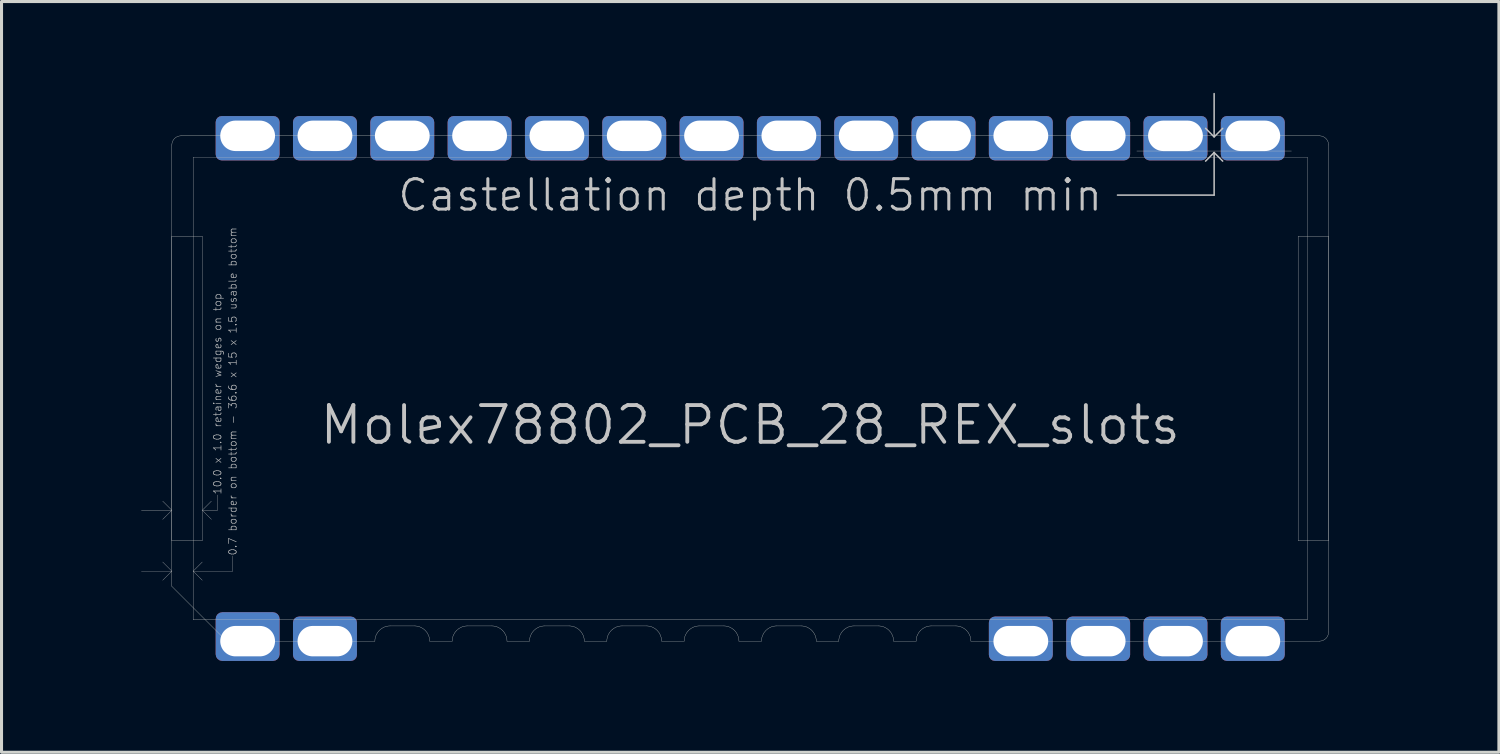
<source format=kicad_pcb>
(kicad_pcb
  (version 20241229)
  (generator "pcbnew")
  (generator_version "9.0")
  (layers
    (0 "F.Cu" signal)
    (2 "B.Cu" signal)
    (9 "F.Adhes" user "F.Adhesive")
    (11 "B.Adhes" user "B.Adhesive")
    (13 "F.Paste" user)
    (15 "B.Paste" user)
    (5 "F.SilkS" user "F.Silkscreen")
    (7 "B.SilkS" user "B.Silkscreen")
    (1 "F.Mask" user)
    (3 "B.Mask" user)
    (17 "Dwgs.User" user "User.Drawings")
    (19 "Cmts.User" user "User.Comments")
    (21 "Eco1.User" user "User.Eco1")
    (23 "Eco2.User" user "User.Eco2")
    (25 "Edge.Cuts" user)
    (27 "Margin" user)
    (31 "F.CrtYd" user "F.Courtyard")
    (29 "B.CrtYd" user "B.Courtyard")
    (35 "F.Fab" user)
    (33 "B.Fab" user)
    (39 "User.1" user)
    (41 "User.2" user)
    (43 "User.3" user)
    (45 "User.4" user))
  (footprint "Molex78802_PCB_28_REX_slots"
    (layer "F.Cu")
    (at 21.595 9.712)
    (property "Reference" "Molex78802_PCB_28_REX_slots" (at 0 1.905 0) (layer "Dwgs.User") (effects (font (size 1.206 1.206) (thickness 0.127)) (justify bottom)))
    (attr exclude_from_pos_files exclude_from_bom)
    (fp_line (start -16.91 -8.3) (end -16.11 -8.3) (stroke (width 1.2) (type solid)) (layer "F.Mask"))
    (fp_line (start -16.91 8.3) (end -16.11 8.3) (stroke (width 1.2) (type solid)) (layer "F.Mask"))
    (fp_line (start -14.37 -8.3) (end -13.57 -8.3) (stroke (width 1.2) (type solid)) (layer "F.Mask"))
    (fp_line (start -14.37 8.3) (end -13.57 8.3) (stroke (width 1.2) (type solid)) (layer "F.Mask"))
    (fp_line (start -11.83 -8.3) (end -11.03 -8.3) (stroke (width 1.2) (type solid)) (layer "F.Mask"))
    (fp_line (start -9.29 -8.3) (end -8.49 -8.3) (stroke (width 1.2) (type solid)) (layer "F.Mask"))
    (fp_line (start -6.75 -8.3) (end -5.95 -8.3) (stroke (width 1.2) (type solid)) (layer "F.Mask"))
    (fp_line (start -4.21 -8.3) (end -3.41 -8.3) (stroke (width 1.2) (type solid)) (layer "F.Mask"))
    (fp_line (start -1.67 -8.3) (end -0.87 -8.3) (stroke (width 1.2) (type solid)) (layer "F.Mask"))
    (fp_line (start 0.87 -8.3) (end 1.67 -8.3) (stroke (width 1.2) (type solid)) (layer "F.Mask"))
    (fp_line (start 3.41 -8.3) (end 4.21 -8.3) (stroke (width 1.2) (type solid)) (layer "F.Mask"))
    (fp_line (start 5.95 -8.3) (end 6.75 -8.3) (stroke (width 1.2) (type solid)) (layer "F.Mask"))
    (fp_line (start 8.49 -8.3) (end 9.29 -8.3) (stroke (width 1.2) (type solid)) (layer "F.Mask"))
    (fp_line (start 8.49 8.3) (end 9.29 8.3) (stroke (width 1.2) (type solid)) (layer "F.Mask"))
    (fp_line (start 11.03 -8.3) (end 11.83 -8.3) (stroke (width 1.2) (type solid)) (layer "F.Mask"))
    (fp_line (start 11.03 8.3) (end 11.83 8.3) (stroke (width 1.2) (type solid)) (layer "F.Mask"))
    (fp_line (start 13.57 -8.3) (end 14.37 -8.3) (stroke (width 1.2) (type solid)) (layer "F.Mask"))
    (fp_line (start 13.57 8.3) (end 14.37 8.3) (stroke (width 1.2) (type solid)) (layer "F.Mask"))
    (fp_line (start 16.11 -8.3) (end 16.91 -8.3) (stroke (width 1.2) (type solid)) (layer "F.Mask"))
    (fp_line (start 16.11 8.3) (end 16.91 8.3) (stroke (width 1.2) (type solid)) (layer "F.Mask"))
    (fp_line (start -16.91 -8.3) (end -16.11 -8.3) (stroke (width 1.2) (type solid)) (layer "B.Mask"))
    (fp_line (start -16.91 8.3) (end -16.11 8.3) (stroke (width 1.2) (type solid)) (layer "B.Mask"))
    (fp_line (start -14.37 -8.3) (end -13.57 -8.3) (stroke (width 1.2) (type solid)) (layer "B.Mask"))
    (fp_line (start -14.37 8.3) (end -13.57 8.3) (stroke (width 1.2) (type solid)) (layer "B.Mask"))
    (fp_line (start -11.83 -8.3) (end -11.03 -8.3) (stroke (width 1.2) (type solid)) (layer "B.Mask"))
    (fp_line (start -9.29 -8.3) (end -8.49 -8.3) (stroke (width 1.2) (type solid)) (layer "B.Mask"))
    (fp_line (start -6.75 -8.3) (end -5.95 -8.3) (stroke (width 1.2) (type solid)) (layer "B.Mask"))
    (fp_line (start -4.21 -8.3) (end -3.41 -8.3) (stroke (width 1.2) (type solid)) (layer "B.Mask"))
    (fp_line (start -1.67 -8.3) (end -0.87 -8.3) (stroke (width 1.2) (type solid)) (layer "B.Mask"))
    (fp_line (start 0.87 -8.3) (end 1.67 -8.3) (stroke (width 1.2) (type solid)) (layer "B.Mask"))
    (fp_line (start 3.41 -8.3) (end 4.21 -8.3) (stroke (width 1.2) (type solid)) (layer "B.Mask"))
    (fp_line (start 5.95 -8.3) (end 6.75 -8.3) (stroke (width 1.2) (type solid)) (layer "B.Mask"))
    (fp_line (start 8.49 -8.3) (end 9.29 -8.3) (stroke (width 1.2) (type solid)) (layer "B.Mask"))
    (fp_line (start 8.49 8.3) (end 9.29 8.3) (stroke (width 1.2) (type solid)) (layer "B.Mask"))
    (fp_line (start 11.03 -8.3) (end 11.83 -8.3) (stroke (width 1.2) (type solid)) (layer "B.Mask"))
    (fp_line (start 11.03 8.3) (end 11.83 8.3) (stroke (width 1.2) (type solid)) (layer "B.Mask"))
    (fp_line (start 13.57 -8.3) (end 14.37 -8.3) (stroke (width 1.2) (type solid)) (layer "B.Mask"))
    (fp_line (start 13.57 8.3) (end 14.37 8.3) (stroke (width 1.2) (type solid)) (layer "B.Mask"))
    (fp_line (start 16.11 -8.3) (end 16.91 -8.3) (stroke (width 1.2) (type solid)) (layer "B.Mask"))
    (fp_line (start 16.11 8.3) (end 16.91 8.3) (stroke (width 1.2) (type solid)) (layer "B.Mask"))
    (fp_line (start -19 -5) (end -19 5) (stroke (width 0.01) (type solid)) (layer "Dwgs.User"))
    (fp_line (start -19 4) (end -20 4) (stroke (width 0.01) (type solid)) (layer "Dwgs.User"))
    (fp_line (start -19 4) (end -19.3 3.7) (stroke (width 0.01) (type solid)) (layer "Dwgs.User"))
    (fp_line (start -19 4) (end -19.3 4.3) (stroke (width 0.01) (type solid)) (layer "Dwgs.User"))
    (fp_line (start -19 5) (end -18 5) (stroke (width 0.01) (type solid)) (layer "Dwgs.User"))
    (fp_line (start -19 6) (end -20 6) (stroke (width 0.01) (type solid)) (layer "Dwgs.User"))
    (fp_line (start -19 6) (end -19.3 5.7) (stroke (width 0.01) (type solid)) (layer "Dwgs.User"))
    (fp_line (start -19 6) (end -19.3 6.3) (stroke (width 0.01) (type solid)) (layer "Dwgs.User"))
    (fp_line (start -18.3 -7.6) (end 18.3 -7.6) (stroke (width 0.01) (type solid)) (layer "Dwgs.User"))
    (fp_line (start -18.3 6) (end -18 5.7) (stroke (width 0.01) (type solid)) (layer "Dwgs.User"))
    (fp_line (start -18.3 6) (end -18 6.3) (stroke (width 0.01) (type solid)) (layer "Dwgs.User"))
    (fp_line (start -18.3 6) (end -17 6) (stroke (width 0.01) (type solid)) (layer "Dwgs.User"))
    (fp_line (start -18.3 7.6) (end -18.3 -7.6) (stroke (width 0.01) (type solid)) (layer "Dwgs.User"))
    (fp_line (start -18.3 7.6) (end 18.3 7.6) (stroke (width 0.01) (type solid)) (layer "Dwgs.User"))
    (fp_line (start -18 -5) (end -19 -5) (stroke (width 0.01) (type solid)) (layer "Dwgs.User"))
    (fp_line (start -18 4) (end -17.7 3.7) (stroke (width 0.01) (type solid)) (layer "Dwgs.User"))
    (fp_line (start -18 4) (end -17.7 4.3) (stroke (width 0.01) (type solid)) (layer "Dwgs.User"))
    (fp_line (start -18 4) (end -17.5 4) (stroke (width 0.01) (type solid)) (layer "Dwgs.User"))
    (fp_line (start -18 5) (end -18 -5) (stroke (width 0.01) (type solid)) (layer "Dwgs.User"))
    (fp_line (start -17.5 4) (end -17.5 3.5) (stroke (width 0.01) (type solid)) (layer "Dwgs.User"))
    (fp_line (start -17 6) (end -17 5.5) (stroke (width 0.01) (type solid)) (layer "Dwgs.User"))
    (fp_line (start 12.065 -6.353) (end 15.24 -6.353) (stroke (width 0.05) (type solid)) (layer "Dwgs.User"))
    (fp_line (start 14.96 -8.545) (end 15.24 -8.265) (stroke (width 0.05) (type solid)) (layer "Dwgs.User"))
    (fp_line (start 14.96 -7.47) (end 15.24 -7.75) (stroke (width 0.05) (type solid)) (layer "Dwgs.User"))
    (fp_line (start 15.24 -8.29) (end 15.24 -9.687) (stroke (width 0.05) (type solid)) (layer "Dwgs.User"))
    (fp_line (start 15.24 -8.265) (end 15.52 -8.545) (stroke (width 0.05) (type solid)) (layer "Dwgs.User"))
    (fp_line (start 15.24 -7.75) (end 15.52 -7.47) (stroke (width 0.05) (type solid)) (layer "Dwgs.User"))
    (fp_line (start 15.24 -6.353) (end 15.24 -7.75) (stroke (width 0.05) (type solid)) (layer "Dwgs.User"))
    (fp_line (start 17.78 -7.8) (end 12.7 -7.8) (stroke (width 0.01) (type solid)) (layer "Dwgs.User"))
    (fp_line (start 18 5) (end 18 -5) (stroke (width 0.01) (type solid)) (layer "Dwgs.User"))
    (fp_line (start 18 5) (end 19 5) (stroke (width 0.01) (type solid)) (layer "Dwgs.User"))
    (fp_line (start 18.3 7.6) (end 18.3 -7.6) (stroke (width 0.01) (type solid)) (layer "Dwgs.User"))
    (fp_line (start 19 -5) (end 18 -5) (stroke (width 0.01) (type solid)) (layer "Dwgs.User"))
    (fp_line (start 19 5) (end 19 -5) (stroke (width 0.01) (type solid)) (layer "Dwgs.User"))
    (fp_line (start -21.59 -0.762) (end -19.05 -0.762) (stroke (width 0.01) (type solid)) (layer "Eco1.User"))
    (fp_line (start -21.59 0.762) (end -21.59 -0.762) (stroke (width 0.01) (type solid)) (layer "Eco1.User"))
    (fp_line (start -19.05 -0.762) (end -19.05 -8.26) (stroke (width 0.01) (type solid)) (layer "Eco1.User"))
    (fp_line (start -19.05 0.762) (end -21.59 0.762) (stroke (width 0.01) (type solid)) (layer "Eco1.User"))
    (fp_line (start -19.05 8.26) (end -19.05 0.762) (stroke (width 0.01) (type solid)) (layer "Eco1.User"))
    (fp_line (start 19.05 -8.26) (end -19.05 -8.26) (stroke (width 0.01) (type solid)) (layer "Eco1.User"))
    (fp_line (start 19.05 -4.559) (end 19.05 -8.26) (stroke (width 0.01) (type solid)) (layer "Eco1.User"))
    (fp_line (start 19.05 -4.559) (end 21.59 -4.559) (stroke (width 0.01) (type solid)) (layer "Eco1.User"))
    (fp_line (start 19.05 -3.035) (end 19.05 3.035) (stroke (width 0.01) (type solid)) (layer "Eco1.User"))
    (fp_line (start 19.05 4.559) (end 21.59 4.559) (stroke (width 0.01) (type solid)) (layer "Eco1.User"))
    (fp_line (start 19.05 8.26) (end -19.05 8.26) (stroke (width 0.01) (type solid)) (layer "Eco1.User"))
    (fp_line (start 19.05 8.26) (end 19.05 4.559) (stroke (width 0.01) (type solid)) (layer "Eco1.User"))
    (fp_line (start 21.59 -4.559) (end 21.59 -3.035) (stroke (width 0.01) (type solid)) (layer "Eco1.User"))
    (fp_line (start 21.59 -3.035) (end 19.05 -3.035) (stroke (width 0.01) (type solid)) (layer "Eco1.User"))
    (fp_line (start 21.59 3.035) (end 19.05 3.035) (stroke (width 0.01) (type solid)) (layer "Eco1.User"))
    (fp_line (start 21.59 4.559) (end 21.59 3.035) (stroke (width 0.01) (type solid)) (layer "Eco1.User"))
    (fp_line (start -19 -8) (end -19 6.5) (stroke (width 0.01) (type solid)) (layer "Edge.Cuts"))
    (fp_line (start -19 6.5) (end -17.2 8.3) (stroke (width 0.01) (type solid)) (layer "Edge.Cuts"))
    (fp_line (start -17.2 8.3) (end -12.33 8.3) (stroke (width 0.01) (type solid)) (layer "Edge.Cuts"))
    (fp_line (start -11.83 7.8) (end -11.03 7.8) (stroke (width 0.01) (type solid)) (layer "Edge.Cuts"))
    (fp_line (start -10.53 8.3) (end -9.79 8.3) (stroke (width 0.01) (type solid)) (layer "Edge.Cuts"))
    (fp_line (start -9.29 7.8) (end -8.49 7.8) (stroke (width 0.01) (type solid)) (layer "Edge.Cuts"))
    (fp_line (start -7.99 8.3) (end -7.25 8.3) (stroke (width 0.01) (type solid)) (layer "Edge.Cuts"))
    (fp_line (start -6.75 7.8) (end -5.95 7.8) (stroke (width 0.01) (type solid)) (layer "Edge.Cuts"))
    (fp_line (start -5.45 8.3) (end -4.71 8.3) (stroke (width 0.01) (type solid)) (layer "Edge.Cuts"))
    (fp_line (start -4.21 7.8) (end -3.41 7.8) (stroke (width 0.01) (type solid)) (layer "Edge.Cuts"))
    (fp_line (start -2.91 8.3) (end -2.17 8.3) (stroke (width 0.01) (type solid)) (layer "Edge.Cuts"))
    (fp_line (start -1.67 7.8) (end -0.87 7.8) (stroke (width 0.01) (type solid)) (layer "Edge.Cuts"))
    (fp_line (start -0.37 8.3) (end 0.37 8.3) (stroke (width 0.01) (type solid)) (layer "Edge.Cuts"))
    (fp_line (start 0.87 7.8) (end 1.67 7.8) (stroke (width 0.01) (type solid)) (layer "Edge.Cuts"))
    (fp_line (start 2.17 8.3) (end 2.91 8.3) (stroke (width 0.01) (type solid)) (layer "Edge.Cuts"))
    (fp_line (start 3.41 7.8) (end 4.21 7.8) (stroke (width 0.01) (type solid)) (layer "Edge.Cuts"))
    (fp_line (start 4.71 8.3) (end 5.45 8.3) (stroke (width 0.01) (type solid)) (layer "Edge.Cuts"))
    (fp_line (start 5.95 7.8) (end 6.75 7.8) (stroke (width 0.01) (type solid)) (layer "Edge.Cuts"))
    (fp_line (start 7.25 8.3) (end 18.7 8.3) (stroke (width 0.01) (type solid)) (layer "Edge.Cuts"))
    (fp_line (start 18.7 -8.3) (end -18.7 -8.3) (stroke (width 0.01) (type solid)) (layer "Edge.Cuts"))
    (fp_line (start 19 8) (end 19 -8) (stroke (width 0.01) (type solid)) (layer "Edge.Cuts"))
    (fp_arc (start -19 -8) (mid -18.912132 -8.212132) (end -18.7 -8.3) (stroke (width 0.01) (type solid)) (layer "Edge.Cuts"))
    (fp_arc (start -12.33 8.3) (mid -12.183553 7.946447) (end -11.83 7.8) (stroke (width 0.01) (type solid)) (layer "Edge.Cuts"))
    (fp_arc (start -11.03 7.8) (mid -10.676447 7.946447) (end -10.53 8.3) (stroke (width 0.01) (type solid)) (layer "Edge.Cuts"))
    (fp_arc (start -9.79 8.3) (mid -9.643553 7.946447) (end -9.29 7.8) (stroke (width 0.01) (type solid)) (layer "Edge.Cuts"))
    (fp_arc (start -8.49 7.8) (mid -8.136447 7.946447) (end -7.99 8.3) (stroke (width 0.01) (type solid)) (layer "Edge.Cuts"))
    (fp_arc (start -7.25 8.3) (mid -7.103553 7.946447) (end -6.75 7.8) (stroke (width 0.01) (type solid)) (layer "Edge.Cuts"))
    (fp_arc (start -5.95 7.8) (mid -5.596447 7.946447) (end -5.45 8.3) (stroke (width 0.01) (type solid)) (layer "Edge.Cuts"))
    (fp_arc (start -4.71 8.3) (mid -4.563553 7.946447) (end -4.21 7.8) (stroke (width 0.01) (type solid)) (layer "Edge.Cuts"))
    (fp_arc (start -3.41 7.8) (mid -3.056447 7.946447) (end -2.91 8.3) (stroke (width 0.01) (type solid)) (layer "Edge.Cuts"))
    (fp_arc (start -2.17 8.3) (mid -2.023553 7.946447) (end -1.67 7.8) (stroke (width 0.01) (type solid)) (layer "Edge.Cuts"))
    (fp_arc (start -0.87 7.8) (mid -0.516447 7.946447) (end -0.37 8.3) (stroke (width 0.01) (type solid)) (layer "Edge.Cuts"))
    (fp_arc (start 0.37 8.3) (mid 0.516447 7.946447) (end 0.87 7.8) (stroke (width 0.01) (type solid)) (layer "Edge.Cuts"))
    (fp_arc (start 1.67 7.8) (mid 2.023553 7.946447) (end 2.17 8.3) (stroke (width 0.01) (type solid)) (layer "Edge.Cuts"))
    (fp_arc (start 2.91 8.3) (mid 3.056447 7.946447) (end 3.41 7.8) (stroke (width 0.01) (type solid)) (layer "Edge.Cuts"))
    (fp_arc (start 4.21 7.8) (mid 4.563553 7.946447) (end 4.71 8.3) (stroke (width 0.01) (type solid)) (layer "Edge.Cuts"))
    (fp_arc (start 5.45 8.3) (mid 5.596447 7.946447) (end 5.95 7.8) (stroke (width 0.01) (type solid)) (layer "Edge.Cuts"))
    (fp_arc (start 6.75 7.8) (mid 7.103553 7.946447) (end 7.25 8.3) (stroke (width 0.01) (type solid)) (layer "Edge.Cuts"))
    (fp_arc (start 18.7 -8.3) (mid 18.912132 -8.212132) (end 19 -8) (stroke (width 0.01) (type solid)) (layer "Edge.Cuts"))
    (fp_arc (start 19 8) (mid 18.912132 8.212132) (end 18.7 8.3) (stroke (width 0.01) (type solid)) (layer "Edge.Cuts"))
    (fp_text user "0.7 border on bottom - 36.6 x 15 x 1.5 usable bottom" (at -17 5.5 90) (layer "Dwgs.User") (effects (font (size 0.25 0.25) (thickness 0.02)) (justify left)))
    (fp_text user "10.0 x 1.0 retainer wedges on top" (at -17.5 3.5 90) (layer "Dwgs.User") (effects (font (size 0.25 0.25) (thickness 0.02)) (justify left)))
    (fp_text user "Castellation depth 0.5mm min" (at 0 -6.35 0) (layer "Dwgs.User") (effects (font (size 1 1) (thickness 0.1))))
    (fp_text user "Eco1.User alternate Edge.Cuts for use without carrier." (at 0 4.445 0) (layer "Eco1.User") (effects (font (size 0.8 0.8) (thickness 0.05))))
    (pad "1" thru_hole roundrect (at -16.51 8.3 90) (size 1.6 2.1) (drill oval 1 1.8 (offset 0.15 0)) (property pad_prop_castellated) (layers "*.Cu") (roundrect_rratio 0.137))
    (pad "2" thru_hole roundrect (at -13.97 8.3 90) (size 1.457 2.1) (drill oval 1 1.8 (offset 0.079 0)) (property pad_prop_castellated) (layers "*.Cu") (roundrect_rratio 0.137))
    (pad "11" thru_hole roundrect (at 8.89 8.3 90) (size 1.457 2.1) (drill oval 1 1.8 (offset 0.079 0)) (property pad_prop_castellated) (layers "*.Cu") (roundrect_rratio 0.137))
    (pad "12" thru_hole roundrect (at 11.43 8.3 90) (size 1.457 2.1) (drill oval 1 1.8 (offset 0.079 0)) (property pad_prop_castellated) (layers "*.Cu") (roundrect_rratio 0.137))
    (pad "13" thru_hole roundrect (at 13.97 8.3 90) (size 1.457 2.1) (drill oval 1 1.8 (offset 0.079 0)) (property pad_prop_castellated) (layers "*.Cu") (roundrect_rratio 0.137))
    (pad "14" thru_hole roundrect (at 16.51 8.3 90) (size 1.457 2.1) (drill oval 1 1.8 (offset 0.079 0)) (property pad_prop_castellated) (layers "*.Cu") (roundrect_rratio 0.137))
    (pad "15" thru_hole roundrect (at 16.51 -8.3 90) (size 1.457 2.1) (drill oval 1 1.8 (offset -0.079 0)) (property pad_prop_castellated) (layers "*.Cu") (roundrect_rratio 0.137))
    (pad "16" thru_hole roundrect (at 13.97 -8.3 90) (size 1.457 2.1) (drill oval 1 1.8 (offset -0.079 0)) (property pad_prop_castellated) (layers "*.Cu") (roundrect_rratio 0.137))
    (pad "17" thru_hole roundrect (at 11.43 -8.3 90) (size 1.457 2.1) (drill oval 1 1.8 (offset -0.079 0)) (property pad_prop_castellated) (layers "*.Cu") (roundrect_rratio 0.137))
    (pad "18" thru_hole roundrect (at 8.89 -8.3 90) (size 1.457 2.1) (drill oval 1 1.8 (offset -0.079 0)) (property pad_prop_castellated) (layers "*.Cu") (roundrect_rratio 0.137))
    (pad "19" thru_hole roundrect (at 6.35 -8.3 90) (size 1.457 2.1) (drill oval 1 1.8 (offset -0.079 0)) (property pad_prop_castellated) (layers "*.Cu") (roundrect_rratio 0.137))
    (pad "20" thru_hole roundrect (at 3.81 -8.3 90) (size 1.457 2.1) (drill oval 1 1.8 (offset -0.079 0)) (property pad_prop_castellated) (layers "*.Cu") (roundrect_rratio 0.137))
    (pad "21" thru_hole roundrect (at 1.27 -8.3 90) (size 1.457 2.1) (drill oval 1 1.8 (offset -0.079 0)) (property pad_prop_castellated) (layers "*.Cu") (roundrect_rratio 0.137))
    (pad "22" thru_hole roundrect (at -1.27 -8.3 90) (size 1.457 2.1) (drill oval 1 1.8 (offset -0.079 0)) (property pad_prop_castellated) (layers "*.Cu") (roundrect_rratio 0.137))
    (pad "23" thru_hole roundrect (at -3.81 -8.3 90) (size 1.457 2.1) (drill oval 1 1.8 (offset -0.079 0)) (property pad_prop_castellated) (layers "*.Cu") (roundrect_rratio 0.137))
    (pad "24" thru_hole roundrect (at -6.35 -8.3 90) (size 1.457 2.1) (drill oval 1 1.8 (offset -0.079 0)) (property pad_prop_castellated) (layers "*.Cu") (roundrect_rratio 0.137))
    (pad "25" thru_hole roundrect (at -8.89 -8.3 90) (size 1.457 2.1) (drill oval 1 1.8 (offset -0.079 0)) (property pad_prop_castellated) (layers "*.Cu") (roundrect_rratio 0.137))
    (pad "26" thru_hole roundrect (at -11.43 -8.3 90) (size 1.457 2.1) (drill oval 1 1.8 (offset -0.079 0)) (property pad_prop_castellated) (layers "*.Cu") (roundrect_rratio 0.137))
    (pad "27" thru_hole roundrect (at -13.97 -8.3 90) (size 1.457 2.1) (drill oval 1 1.8 (offset -0.079 0)) (property pad_prop_castellated) (layers "*.Cu") (roundrect_rratio 0.137))
    (pad "28" thru_hole roundrect (at -16.51 -8.3 90) (size 1.457 2.1) (drill oval 1 1.8 (offset -0.079 0)) (property pad_prop_castellated) (layers "*.Cu") (roundrect_rratio 0.137)))
  (gr_rect
    (start -3 -3)
    (end 46.19 21.662)
    (stroke (width 0.1) (type default))
    (fill no)
    (layer "Edge.Cuts")))
</source>
